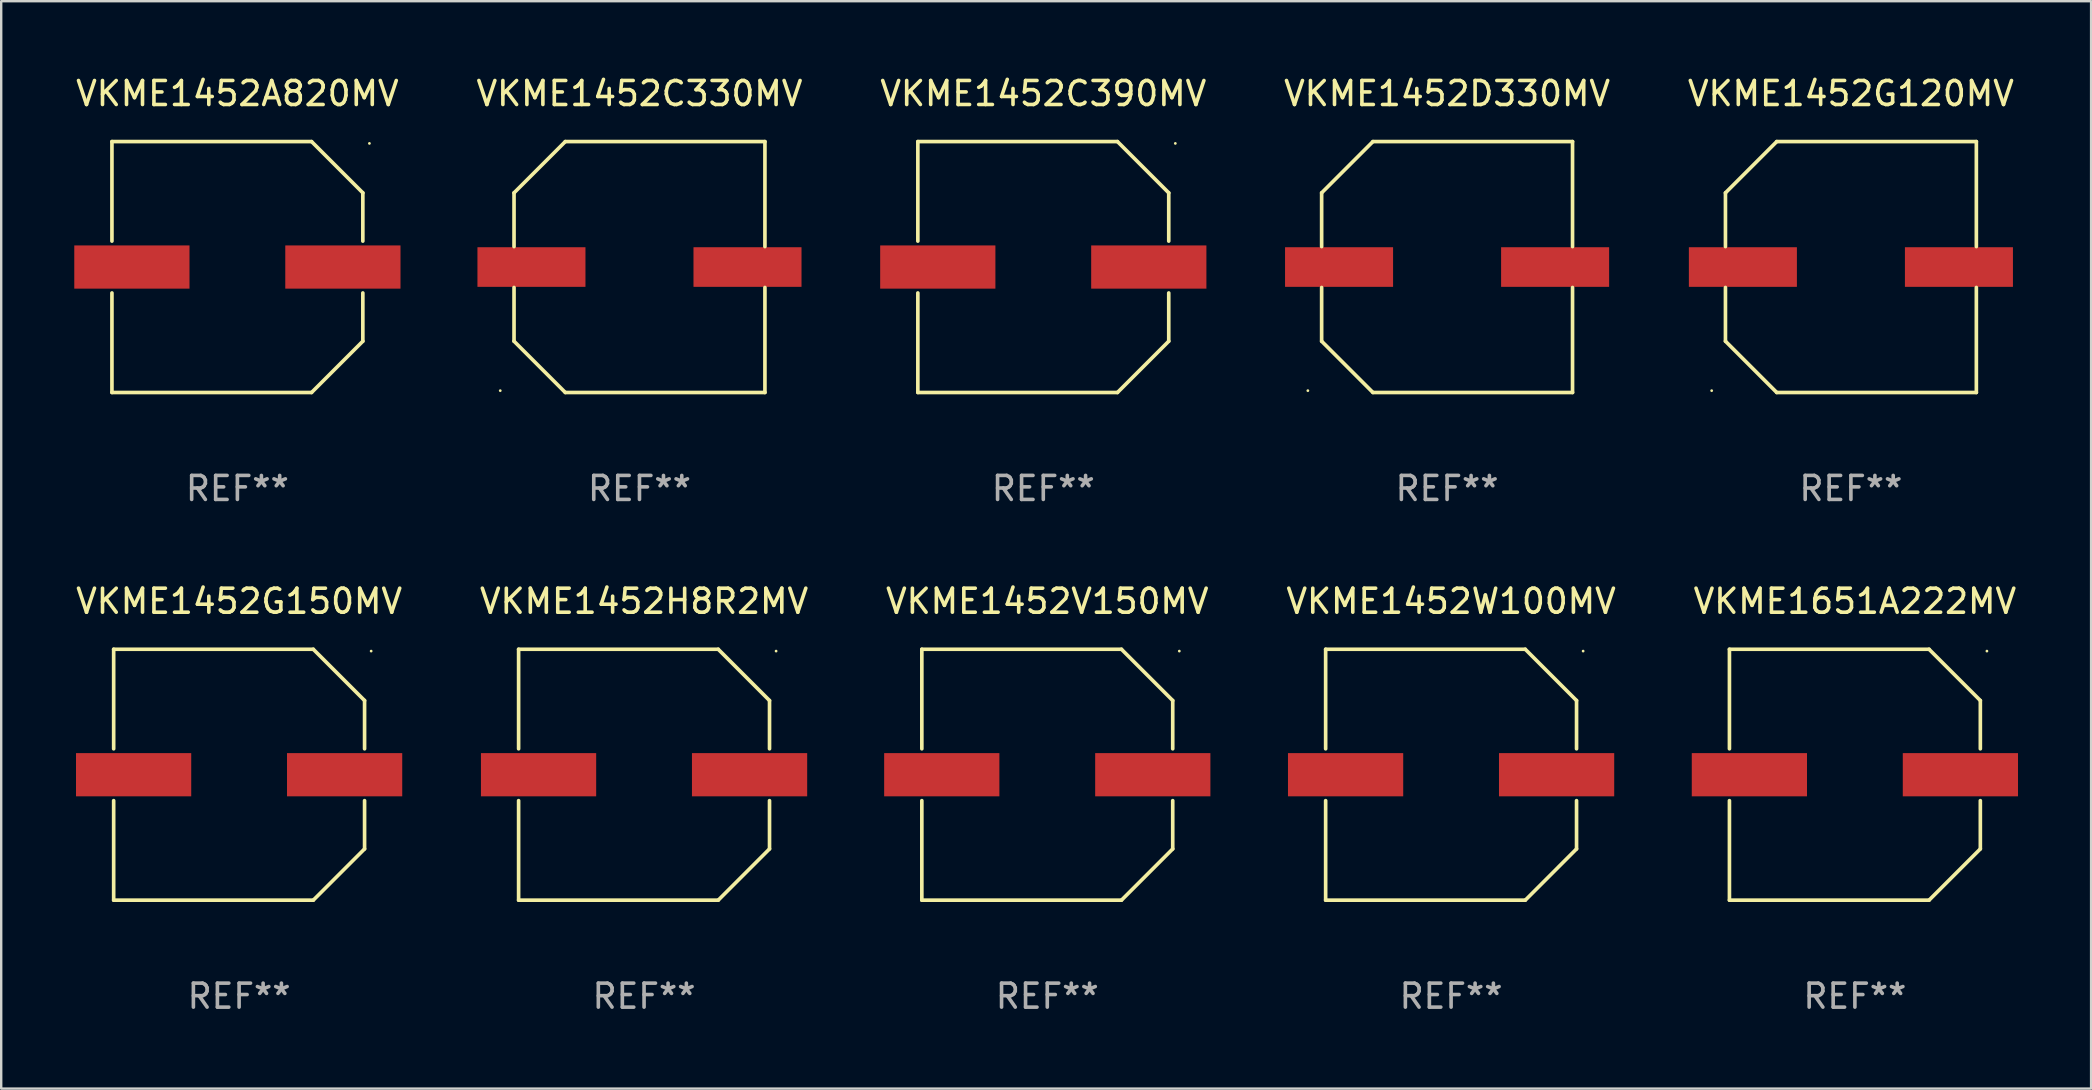
<source format=kicad_pcb>
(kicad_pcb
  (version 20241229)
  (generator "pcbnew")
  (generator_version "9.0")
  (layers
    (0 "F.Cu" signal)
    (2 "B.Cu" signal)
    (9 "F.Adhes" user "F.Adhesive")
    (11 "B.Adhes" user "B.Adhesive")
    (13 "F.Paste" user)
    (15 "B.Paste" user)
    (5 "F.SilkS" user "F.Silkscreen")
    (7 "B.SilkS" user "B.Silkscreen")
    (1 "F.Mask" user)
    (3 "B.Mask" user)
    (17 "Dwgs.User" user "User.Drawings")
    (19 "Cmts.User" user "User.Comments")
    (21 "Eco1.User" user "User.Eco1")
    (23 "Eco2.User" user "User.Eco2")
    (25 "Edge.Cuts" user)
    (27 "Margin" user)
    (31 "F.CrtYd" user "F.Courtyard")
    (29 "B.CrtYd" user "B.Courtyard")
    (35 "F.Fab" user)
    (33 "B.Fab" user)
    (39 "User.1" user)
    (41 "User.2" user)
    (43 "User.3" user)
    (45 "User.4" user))
  (footprint "VKME1452A820MV"
    (layer "F.Cu")
    (at 6.839 8.074)
    (property "Reference" "VKME1452A820MV" (at 0 -7.226 0) (layer "F.SilkS") (effects (font (size 1 1) (thickness 0.15))))
    (attr through_hole)
    (fp_line (start -5.226 -5.226) (end -5.226 -1.08) (stroke (width 0.152) (type solid)) (layer "F.SilkS"))
    (fp_line (start -5.226 -5.226) (end 3.09 -5.226) (stroke (width 0.152) (type solid)) (layer "F.SilkS"))
    (fp_line (start -5.226 1.08) (end -5.226 5.226) (stroke (width 0.152) (type solid)) (layer "F.SilkS"))
    (fp_line (start -5.226 5.226) (end 3.09 5.226) (stroke (width 0.152) (type solid)) (layer "F.SilkS"))
    (fp_line (start 3.09 -5.226) (end 5.226 -3.09) (stroke (width 0.152) (type solid)) (layer "F.SilkS"))
    (fp_line (start 3.09 5.226) (end 5.226 3.09) (stroke (width 0.152) (type solid)) (layer "F.SilkS"))
    (fp_line (start 5.226 -1.08) (end 5.226 -3.09) (stroke (width 0.152) (type solid)) (layer "F.SilkS"))
    (fp_line (start 5.226 3.09) (end 5.226 1.08) (stroke (width 0.152) (type solid)) (layer "F.SilkS"))
    (fp_circle (center 5.5 -5.15) (end 5.53 -5.15) (stroke (width 0.06) (type solid)) (fill no) (layer "F.SilkS"))
    (fp_text user "REF**" (at 0 9.226 0) (layer "F.Fab") (effects (font (size 1 1) (thickness 0.15))))
    (pad "1" smd rect (at 4.395 0 180) (size 4.8 1.8) (layers "F.Cu" "F.Mask" "F.Paste"))
    (pad "2" smd rect (at -4.395 0 180) (size 4.8 1.8) (layers "F.Cu" "F.Mask" "F.Paste")))
  (footprint "VKME1452G120MV"
    (layer "F.Cu")
    (at 74.054 8.074)
    (property "Reference" "VKME1452G120MV" (at 0 -7.226 0) (layer "F.SilkS") (effects (font (size 1 1) (thickness 0.15))))
    (attr through_hole)
    (fp_line (start -5.226 -3.09) (end -5.226 -0.852) (stroke (width 0.152) (type solid)) (layer "F.SilkS"))
    (fp_line (start -5.226 3.09) (end -5.226 0.852) (stroke (width 0.152) (type solid)) (layer "F.SilkS"))
    (fp_line (start -3.09 -5.226) (end -5.226 -3.09) (stroke (width 0.152) (type solid)) (layer "F.SilkS"))
    (fp_line (start -3.09 5.226) (end -5.226 3.09) (stroke (width 0.152) (type solid)) (layer "F.SilkS"))
    (fp_line (start 5.226 -5.226) (end -3.09 -5.226) (stroke (width 0.152) (type solid)) (layer "F.SilkS"))
    (fp_line (start 5.226 -0.852) (end 5.226 -5.226) (stroke (width 0.152) (type solid)) (layer "F.SilkS"))
    (fp_line (start 5.226 0.852) (end 5.226 5.226) (stroke (width 0.152) (type solid)) (layer "F.SilkS"))
    (fp_line (start 5.226 5.226) (end -3.09 5.226) (stroke (width 0.152) (type solid)) (layer "F.SilkS"))
    (fp_circle (center -5.8 5.15) (end -5.77 5.15) (stroke (width 0.06) (type solid)) (fill no) (layer "F.SilkS"))
    (fp_text user "REF**" (at 0 9.226 0) (layer "F.Fab") (effects (font (size 1 1) (thickness 0.15))))
    (pad "1" smd rect (at -4.5 0) (size 4.5 1.65) (layers "F.Cu" "F.Mask" "F.Paste"))
    (pad "2" smd rect (at 4.5 0) (size 4.5 1.65) (layers "F.Cu" "F.Mask" "F.Paste")))
  (footprint "VKME1452G150MV"
    (layer "F.Cu")
    (at 6.911 29.223)
    (property "Reference" "VKME1452G150MV" (at 0 -7.226 0) (layer "F.SilkS") (effects (font (size 1 1) (thickness 0.15))))
    (attr through_hole)
    (fp_line (start -5.226 -5.226) (end -5.226 -1.08) (stroke (width 0.152) (type solid)) (layer "F.SilkS"))
    (fp_line (start -5.226 -5.226) (end 3.09 -5.226) (stroke (width 0.152) (type solid)) (layer "F.SilkS"))
    (fp_line (start -5.226 1.08) (end -5.226 5.226) (stroke (width 0.152) (type solid)) (layer "F.SilkS"))
    (fp_line (start -5.226 5.226) (end 3.09 5.226) (stroke (width 0.152) (type solid)) (layer "F.SilkS"))
    (fp_line (start 3.09 -5.226) (end 5.226 -3.09) (stroke (width 0.152) (type solid)) (layer "F.SilkS"))
    (fp_line (start 3.09 5.226) (end 5.226 3.09) (stroke (width 0.152) (type solid)) (layer "F.SilkS"))
    (fp_line (start 5.226 -1.08) (end 5.226 -3.09) (stroke (width 0.152) (type solid)) (layer "F.SilkS"))
    (fp_line (start 5.226 3.09) (end 5.226 1.08) (stroke (width 0.152) (type solid)) (layer "F.SilkS"))
    (fp_circle (center 5.5 -5.15) (end 5.53 -5.15) (stroke (width 0.06) (type solid)) (fill no) (layer "F.SilkS"))
    (fp_text user "REF**" (at 0 9.226 0) (layer "F.Fab") (effects (font (size 1 1) (thickness 0.15))))
    (pad "1" smd rect (at 4.395 0 180) (size 4.8 1.8) (layers "F.Cu" "F.Mask" "F.Paste"))
    (pad "2" smd rect (at -4.395 0 180) (size 4.8 1.8) (layers "F.Cu" "F.Mask" "F.Paste")))
  (footprint "VKME1452D330MV"
    (layer "F.Cu")
    (at 57.232 8.074)
    (property "Reference" "VKME1452D330MV" (at 0 -7.226 0) (layer "F.SilkS") (effects (font (size 1 1) (thickness 0.15))))
    (attr through_hole)
    (fp_line (start -5.226 -3.09) (end -5.226 -0.852) (stroke (width 0.152) (type solid)) (layer "F.SilkS"))
    (fp_line (start -5.226 3.09) (end -5.226 0.852) (stroke (width 0.152) (type solid)) (layer "F.SilkS"))
    (fp_line (start -3.09 -5.226) (end -5.226 -3.09) (stroke (width 0.152) (type solid)) (layer "F.SilkS"))
    (fp_line (start -3.09 5.226) (end -5.226 3.09) (stroke (width 0.152) (type solid)) (layer "F.SilkS"))
    (fp_line (start 5.226 -5.226) (end -3.09 -5.226) (stroke (width 0.152) (type solid)) (layer "F.SilkS"))
    (fp_line (start 5.226 -0.852) (end 5.226 -5.226) (stroke (width 0.152) (type solid)) (layer "F.SilkS"))
    (fp_line (start 5.226 0.852) (end 5.226 5.226) (stroke (width 0.152) (type solid)) (layer "F.SilkS"))
    (fp_line (start 5.226 5.226) (end -3.09 5.226) (stroke (width 0.152) (type solid)) (layer "F.SilkS"))
    (fp_circle (center -5.8 5.15) (end -5.77 5.15) (stroke (width 0.06) (type solid)) (fill no) (layer "F.SilkS"))
    (fp_text user "REF**" (at 0 9.226 0) (layer "F.Fab") (effects (font (size 1 1) (thickness 0.15))))
    (pad "1" smd rect (at -4.5 0) (size 4.5 1.65) (layers "F.Cu" "F.Mask" "F.Paste"))
    (pad "2" smd rect (at 4.5 0) (size 4.5 1.65) (layers "F.Cu" "F.Mask" "F.Paste")))
  (footprint "VKME1452H8R2MV"
    (layer "F.Cu")
    (at 23.78 29.223)
    (property "Reference" "VKME1452H8R2MV" (at 0 -7.226 0) (layer "F.SilkS") (effects (font (size 1 1) (thickness 0.15))))
    (attr through_hole)
    (fp_line (start -5.226 -5.226) (end -5.226 -1.08) (stroke (width 0.152) (type solid)) (layer "F.SilkS"))
    (fp_line (start -5.226 -5.226) (end 3.09 -5.226) (stroke (width 0.152) (type solid)) (layer "F.SilkS"))
    (fp_line (start -5.226 1.08) (end -5.226 5.226) (stroke (width 0.152) (type solid)) (layer "F.SilkS"))
    (fp_line (start -5.226 5.226) (end 3.09 5.226) (stroke (width 0.152) (type solid)) (layer "F.SilkS"))
    (fp_line (start 3.09 -5.226) (end 5.226 -3.09) (stroke (width 0.152) (type solid)) (layer "F.SilkS"))
    (fp_line (start 3.09 5.226) (end 5.226 3.09) (stroke (width 0.152) (type solid)) (layer "F.SilkS"))
    (fp_line (start 5.226 -1.08) (end 5.226 -3.09) (stroke (width 0.152) (type solid)) (layer "F.SilkS"))
    (fp_line (start 5.226 3.09) (end 5.226 1.08) (stroke (width 0.152) (type solid)) (layer "F.SilkS"))
    (fp_circle (center 5.5 -5.15) (end 5.53 -5.15) (stroke (width 0.06) (type solid)) (fill no) (layer "F.SilkS"))
    (fp_text user "REF**" (at 0 9.226 0) (layer "F.Fab") (effects (font (size 1 1) (thickness 0.15))))
    (pad "1" smd rect (at 4.395 0 180) (size 4.8 1.8) (layers "F.Cu" "F.Mask" "F.Paste"))
    (pad "2" smd rect (at -4.395 0 180) (size 4.8 1.8) (layers "F.Cu" "F.Mask" "F.Paste")))
  (footprint "VKME1651A222MV"
    (layer "F.Cu")
    (at 74.22 29.223)
    (property "Reference" "VKME1651A222MV" (at 0 -7.226 0) (layer "F.SilkS") (effects (font (size 1 1) (thickness 0.15))))
    (attr through_hole)
    (fp_line (start -5.226 -5.226) (end -5.226 -1.08) (stroke (width 0.152) (type solid)) (layer "F.SilkS"))
    (fp_line (start -5.226 -5.226) (end 3.09 -5.226) (stroke (width 0.152) (type solid)) (layer "F.SilkS"))
    (fp_line (start -5.226 1.08) (end -5.226 5.226) (stroke (width 0.152) (type solid)) (layer "F.SilkS"))
    (fp_line (start -5.226 5.226) (end 3.09 5.226) (stroke (width 0.152) (type solid)) (layer "F.SilkS"))
    (fp_line (start 3.09 -5.226) (end 5.226 -3.09) (stroke (width 0.152) (type solid)) (layer "F.SilkS"))
    (fp_line (start 3.09 5.226) (end 5.226 3.09) (stroke (width 0.152) (type solid)) (layer "F.SilkS"))
    (fp_line (start 5.226 -1.08) (end 5.226 -3.09) (stroke (width 0.152) (type solid)) (layer "F.SilkS"))
    (fp_line (start 5.226 3.09) (end 5.226 1.08) (stroke (width 0.152) (type solid)) (layer "F.SilkS"))
    (fp_circle (center 5.5 -5.15) (end 5.53 -5.15) (stroke (width 0.06) (type solid)) (fill no) (layer "F.SilkS"))
    (fp_text user "REF**" (at 0 9.226 0) (layer "F.Fab") (effects (font (size 1 1) (thickness 0.15))))
    (pad "1" smd rect (at 4.395 0 180) (size 4.8 1.8) (layers "F.Cu" "F.Mask" "F.Paste"))
    (pad "2" smd rect (at -4.395 0 180) (size 4.8 1.8) (layers "F.Cu" "F.Mask" "F.Paste")))
  (footprint "VKME1452W100MV"
    (layer "F.Cu")
    (at 57.399 29.223)
    (property "Reference" "VKME1452W100MV" (at 0 -7.226 0) (layer "F.SilkS") (effects (font (size 1 1) (thickness 0.15))))
    (attr through_hole)
    (fp_line (start -5.226 -5.226) (end -5.226 -1.08) (stroke (width 0.152) (type solid)) (layer "F.SilkS"))
    (fp_line (start -5.226 -5.226) (end 3.09 -5.226) (stroke (width 0.152) (type solid)) (layer "F.SilkS"))
    (fp_line (start -5.226 1.08) (end -5.226 5.226) (stroke (width 0.152) (type solid)) (layer "F.SilkS"))
    (fp_line (start -5.226 5.226) (end 3.09 5.226) (stroke (width 0.152) (type solid)) (layer "F.SilkS"))
    (fp_line (start 3.09 -5.226) (end 5.226 -3.09) (stroke (width 0.152) (type solid)) (layer "F.SilkS"))
    (fp_line (start 3.09 5.226) (end 5.226 3.09) (stroke (width 0.152) (type solid)) (layer "F.SilkS"))
    (fp_line (start 5.226 -1.08) (end 5.226 -3.09) (stroke (width 0.152) (type solid)) (layer "F.SilkS"))
    (fp_line (start 5.226 3.09) (end 5.226 1.08) (stroke (width 0.152) (type solid)) (layer "F.SilkS"))
    (fp_circle (center 5.5 -5.15) (end 5.53 -5.15) (stroke (width 0.06) (type solid)) (fill no) (layer "F.SilkS"))
    (fp_text user "REF**" (at 0 9.226 0) (layer "F.Fab") (effects (font (size 1 1) (thickness 0.15))))
    (pad "1" smd rect (at 4.395 0 180) (size 4.8 1.8) (layers "F.Cu" "F.Mask" "F.Paste"))
    (pad "2" smd rect (at -4.395 0 180) (size 4.8 1.8) (layers "F.Cu" "F.Mask" "F.Paste")))
  (footprint "VKME1452C330MV"
    (layer "F.Cu")
    (at 23.589 8.074)
    (property "Reference" "VKME1452C330MV" (at 0 -7.226 0) (layer "F.SilkS") (effects (font (size 1 1) (thickness 0.15))))
    (attr through_hole)
    (fp_line (start -5.226 -3.09) (end -5.226 -0.852) (stroke (width 0.152) (type solid)) (layer "F.SilkS"))
    (fp_line (start -5.226 3.09) (end -5.226 0.852) (stroke (width 0.152) (type solid)) (layer "F.SilkS"))
    (fp_line (start -3.09 -5.226) (end -5.226 -3.09) (stroke (width 0.152) (type solid)) (layer "F.SilkS"))
    (fp_line (start -3.09 5.226) (end -5.226 3.09) (stroke (width 0.152) (type solid)) (layer "F.SilkS"))
    (fp_line (start 5.226 -5.226) (end -3.09 -5.226) (stroke (width 0.152) (type solid)) (layer "F.SilkS"))
    (fp_line (start 5.226 -0.852) (end 5.226 -5.226) (stroke (width 0.152) (type solid)) (layer "F.SilkS"))
    (fp_line (start 5.226 0.852) (end 5.226 5.226) (stroke (width 0.152) (type solid)) (layer "F.SilkS"))
    (fp_line (start 5.226 5.226) (end -3.09 5.226) (stroke (width 0.152) (type solid)) (layer "F.SilkS"))
    (fp_circle (center -5.8 5.15) (end -5.77 5.15) (stroke (width 0.06) (type solid)) (fill no) (layer "F.SilkS"))
    (fp_text user "REF**" (at 0 9.226 0) (layer "F.Fab") (effects (font (size 1 1) (thickness 0.15))))
    (pad "1" smd rect (at -4.5 0) (size 4.5 1.65) (layers "F.Cu" "F.Mask" "F.Paste"))
    (pad "2" smd rect (at 4.5 0) (size 4.5 1.65) (layers "F.Cu" "F.Mask" "F.Paste")))
  (footprint "VKME1452C390MV"
    (layer "F.Cu")
    (at 40.411 8.074)
    (property "Reference" "VKME1452C390MV" (at 0 -7.226 0) (layer "F.SilkS") (effects (font (size 1 1) (thickness 0.15))))
    (attr through_hole)
    (fp_line (start -5.226 -5.226) (end -5.226 -1.08) (stroke (width 0.152) (type solid)) (layer "F.SilkS"))
    (fp_line (start -5.226 -5.226) (end 3.09 -5.226) (stroke (width 0.152) (type solid)) (layer "F.SilkS"))
    (fp_line (start -5.226 1.08) (end -5.226 5.226) (stroke (width 0.152) (type solid)) (layer "F.SilkS"))
    (fp_line (start -5.226 5.226) (end 3.09 5.226) (stroke (width 0.152) (type solid)) (layer "F.SilkS"))
    (fp_line (start 3.09 -5.226) (end 5.226 -3.09) (stroke (width 0.152) (type solid)) (layer "F.SilkS"))
    (fp_line (start 3.09 5.226) (end 5.226 3.09) (stroke (width 0.152) (type solid)) (layer "F.SilkS"))
    (fp_line (start 5.226 -1.08) (end 5.226 -3.09) (stroke (width 0.152) (type solid)) (layer "F.SilkS"))
    (fp_line (start 5.226 3.09) (end 5.226 1.08) (stroke (width 0.152) (type solid)) (layer "F.SilkS"))
    (fp_circle (center 5.5 -5.15) (end 5.53 -5.15) (stroke (width 0.06) (type solid)) (fill no) (layer "F.SilkS"))
    (fp_text user "REF**" (at 0 9.226 0) (layer "F.Fab") (effects (font (size 1 1) (thickness 0.15))))
    (pad "1" smd rect (at 4.395 0 180) (size 4.8 1.8) (layers "F.Cu" "F.Mask" "F.Paste"))
    (pad "2" smd rect (at -4.395 0 180) (size 4.8 1.8) (layers "F.Cu" "F.Mask" "F.Paste")))
  (footprint "VKME1452V150MV"
    (layer "F.Cu")
    (at 40.577 29.223)
    (property "Reference" "VKME1452V150MV" (at 0 -7.226 0) (layer "F.SilkS") (effects (font (size 1 1) (thickness 0.15))))
    (attr through_hole)
    (fp_line (start -5.226 -5.226) (end -5.226 -1.08) (stroke (width 0.152) (type solid)) (layer "F.SilkS"))
    (fp_line (start -5.226 -5.226) (end 3.09 -5.226) (stroke (width 0.152) (type solid)) (layer "F.SilkS"))
    (fp_line (start -5.226 1.08) (end -5.226 5.226) (stroke (width 0.152) (type solid)) (layer "F.SilkS"))
    (fp_line (start -5.226 5.226) (end 3.09 5.226) (stroke (width 0.152) (type solid)) (layer "F.SilkS"))
    (fp_line (start 3.09 -5.226) (end 5.226 -3.09) (stroke (width 0.152) (type solid)) (layer "F.SilkS"))
    (fp_line (start 3.09 5.226) (end 5.226 3.09) (stroke (width 0.152) (type solid)) (layer "F.SilkS"))
    (fp_line (start 5.226 -1.08) (end 5.226 -3.09) (stroke (width 0.152) (type solid)) (layer "F.SilkS"))
    (fp_line (start 5.226 3.09) (end 5.226 1.08) (stroke (width 0.152) (type solid)) (layer "F.SilkS"))
    (fp_circle (center 5.5 -5.15) (end 5.53 -5.15) (stroke (width 0.06) (type solid)) (fill no) (layer "F.SilkS"))
    (fp_text user "REF**" (at 0 9.226 0) (layer "F.Fab") (effects (font (size 1 1) (thickness 0.15))))
    (pad "1" smd rect (at 4.395 0 180) (size 4.8 1.8) (layers "F.Cu" "F.Mask" "F.Paste"))
    (pad "2" smd rect (at -4.395 0 180) (size 4.8 1.8) (layers "F.Cu" "F.Mask" "F.Paste")))
  (gr_rect
    (start -3 -3)
    (end 84.06 42.298)
    (stroke (width 0.1) (type default))
    (fill no)
    (layer "Edge.Cuts")))
</source>
